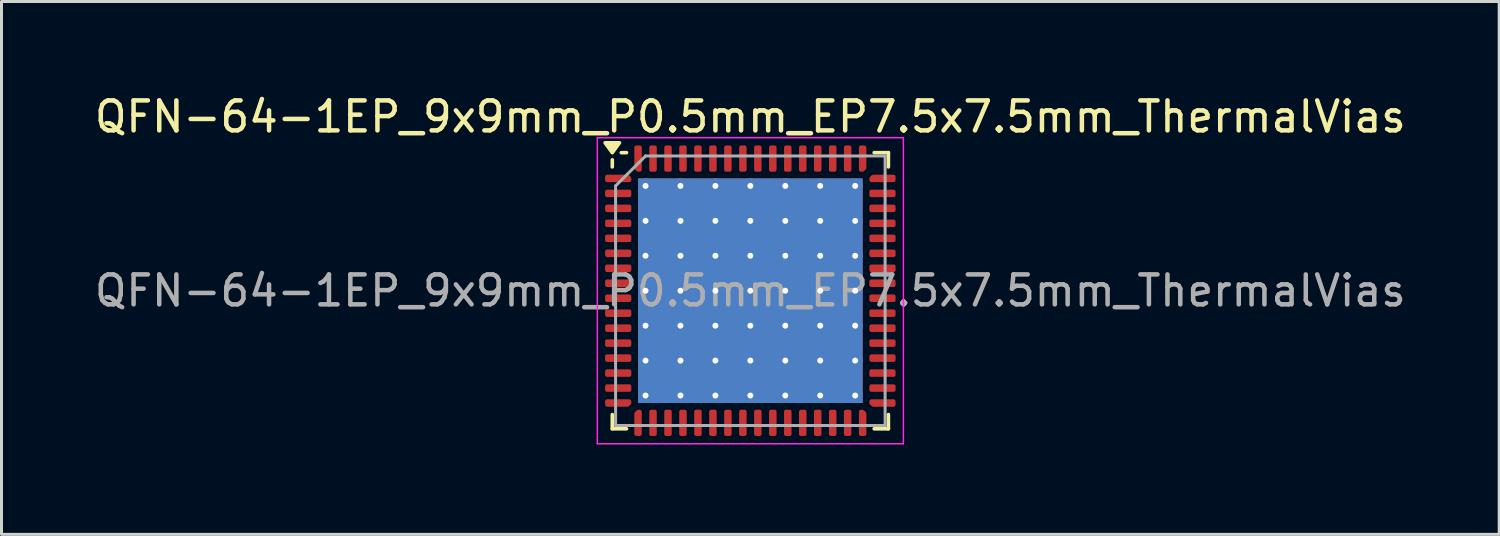
<source format=kicad_pcb>
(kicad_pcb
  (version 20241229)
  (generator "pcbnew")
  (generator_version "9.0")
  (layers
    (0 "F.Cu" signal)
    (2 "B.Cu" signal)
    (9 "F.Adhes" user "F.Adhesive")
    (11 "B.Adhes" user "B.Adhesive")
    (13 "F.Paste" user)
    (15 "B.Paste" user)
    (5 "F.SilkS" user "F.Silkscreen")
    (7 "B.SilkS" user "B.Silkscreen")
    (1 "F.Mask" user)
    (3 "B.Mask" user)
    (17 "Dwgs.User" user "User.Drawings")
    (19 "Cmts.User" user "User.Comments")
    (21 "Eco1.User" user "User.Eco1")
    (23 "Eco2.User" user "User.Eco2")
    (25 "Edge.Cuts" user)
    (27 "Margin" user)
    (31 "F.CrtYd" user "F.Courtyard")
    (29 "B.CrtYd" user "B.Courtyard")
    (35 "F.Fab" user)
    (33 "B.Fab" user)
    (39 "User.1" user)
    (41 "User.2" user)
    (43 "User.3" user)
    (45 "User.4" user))
  (footprint "QFN-64-1EP_9x9mm_P0.5mm_EP7.5x7.5mm_ThermalVias"
    (layer "F.Cu")
    (at 22.006 6.658)
    (property "Reference" "QFN-64-1EP_9x9mm_P0.5mm_EP7.5x7.5mm_ThermalVias" (at 0 -5.81 0) (layer "F.SilkS") (effects (font (size 1 1) (thickness 0.15))))
    (attr smd)
    (fp_line (start -4.61 -4.135) (end -4.61 -4.37) (stroke (width 0.12) (type solid)) (layer "F.SilkS"))
    (fp_line (start -4.61 4.61) (end -4.61 4.135) (stroke (width 0.12) (type solid)) (layer "F.SilkS"))
    (fp_line (start -4.135 -4.61) (end -4.31 -4.61) (stroke (width 0.12) (type solid)) (layer "F.SilkS"))
    (fp_line (start -4.135 4.61) (end -4.61 4.61) (stroke (width 0.12) (type solid)) (layer "F.SilkS"))
    (fp_line (start 4.135 -4.61) (end 4.61 -4.61) (stroke (width 0.12) (type solid)) (layer "F.SilkS"))
    (fp_line (start 4.135 4.61) (end 4.61 4.61) (stroke (width 0.12) (type solid)) (layer "F.SilkS"))
    (fp_line (start 4.61 -4.61) (end 4.61 -4.135) (stroke (width 0.12) (type solid)) (layer "F.SilkS"))
    (fp_line (start 4.61 4.61) (end 4.61 4.135) (stroke (width 0.12) (type solid)) (layer "F.SilkS"))
    (fp_poly (pts (xy -4.61 -4.61) (xy -4.85 -4.94) (xy -4.37 -4.94) (xy -4.61 -4.61)) (stroke (width 0.12) (type solid)) (fill yes) (layer "F.SilkS"))
    (fp_line (start -5.11 -5.11) (end -5.11 5.11) (stroke (width 0.05) (type solid)) (layer "F.CrtYd"))
    (fp_line (start -5.11 5.11) (end 5.11 5.11) (stroke (width 0.05) (type solid)) (layer "F.CrtYd"))
    (fp_line (start 5.11 -5.11) (end -5.11 -5.11) (stroke (width 0.05) (type solid)) (layer "F.CrtYd"))
    (fp_line (start 5.11 5.11) (end 5.11 -5.11) (stroke (width 0.05) (type solid)) (layer "F.CrtYd"))
    (fp_line (start -4.5 -3.5) (end -3.5 -4.5) (stroke (width 0.1) (type solid)) (layer "F.Fab"))
    (fp_line (start -4.5 4.5) (end -4.5 -3.5) (stroke (width 0.1) (type solid)) (layer "F.Fab"))
    (fp_line (start -3.5 -4.5) (end 4.5 -4.5) (stroke (width 0.1) (type solid)) (layer "F.Fab"))
    (fp_line (start 4.5 -4.5) (end 4.5 4.5) (stroke (width 0.1) (type solid)) (layer "F.Fab"))
    (fp_line (start 4.5 4.5) (end -4.5 4.5) (stroke (width 0.1) (type solid)) (layer "F.Fab"))
    (fp_text user "${REFERENCE}" (at 0 0 0) (layer "F.Fab") (effects (font (size 1 1) (thickness 0.15))))
    (pad "" smd roundrect (at -2.917 -2.917) (size 1.008 1.008) (layers "F.Paste") (roundrect_rratio 0.248))
    (pad "" smd roundrect (at -2.917 -1.75) (size 1.008 1.008) (layers "F.Paste") (roundrect_rratio 0.248))
    (pad "" smd roundrect (at -2.917 -0.583) (size 1.008 1.008) (layers "F.Paste") (roundrect_rratio 0.248))
    (pad "" smd roundrect (at -2.917 0.583) (size 1.008 1.008) (layers "F.Paste") (roundrect_rratio 0.248))
    (pad "" smd roundrect (at -2.917 1.75) (size 1.008 1.008) (layers "F.Paste") (roundrect_rratio 0.248))
    (pad "" smd roundrect (at -2.917 2.917) (size 1.008 1.008) (layers "F.Paste") (roundrect_rratio 0.248))
    (pad "" smd roundrect (at -1.75 -2.917) (size 1.008 1.008) (layers "F.Paste") (roundrect_rratio 0.248))
    (pad "" smd roundrect (at -1.75 -1.75) (size 1.008 1.008) (layers "F.Paste") (roundrect_rratio 0.248))
    (pad "" smd roundrect (at -1.75 -0.583) (size 1.008 1.008) (layers "F.Paste") (roundrect_rratio 0.248))
    (pad "" smd roundrect (at -1.75 0.583) (size 1.008 1.008) (layers "F.Paste") (roundrect_rratio 0.248))
    (pad "" smd roundrect (at -1.75 1.75) (size 1.008 1.008) (layers "F.Paste") (roundrect_rratio 0.248))
    (pad "" smd roundrect (at -1.75 2.917) (size 1.008 1.008) (layers "F.Paste") (roundrect_rratio 0.248))
    (pad "" smd roundrect (at -0.583 -2.917) (size 1.008 1.008) (layers "F.Paste") (roundrect_rratio 0.248))
    (pad "" smd roundrect (at -0.583 -1.75) (size 1.008 1.008) (layers "F.Paste") (roundrect_rratio 0.248))
    (pad "" smd roundrect (at -0.583 -0.583) (size 1.008 1.008) (layers "F.Paste") (roundrect_rratio 0.248))
    (pad "" smd roundrect (at -0.583 0.583) (size 1.008 1.008) (layers "F.Paste") (roundrect_rratio 0.248))
    (pad "" smd roundrect (at -0.583 1.75) (size 1.008 1.008) (layers "F.Paste") (roundrect_rratio 0.248))
    (pad "" smd roundrect (at -0.583 2.917) (size 1.008 1.008) (layers "F.Paste") (roundrect_rratio 0.248))
    (pad "" smd roundrect (at 0.583 -2.917) (size 1.008 1.008) (layers "F.Paste") (roundrect_rratio 0.248))
    (pad "" smd roundrect (at 0.583 -1.75) (size 1.008 1.008) (layers "F.Paste") (roundrect_rratio 0.248))
    (pad "" smd roundrect (at 0.583 -0.583) (size 1.008 1.008) (layers "F.Paste") (roundrect_rratio 0.248))
    (pad "" smd roundrect (at 0.583 0.583) (size 1.008 1.008) (layers "F.Paste") (roundrect_rratio 0.248))
    (pad "" smd roundrect (at 0.583 1.75) (size 1.008 1.008) (layers "F.Paste") (roundrect_rratio 0.248))
    (pad "" smd roundrect (at 0.583 2.917) (size 1.008 1.008) (layers "F.Paste") (roundrect_rratio 0.248))
    (pad "" smd roundrect (at 1.75 -2.917) (size 1.008 1.008) (layers "F.Paste") (roundrect_rratio 0.248))
    (pad "" smd roundrect (at 1.75 -1.75) (size 1.008 1.008) (layers "F.Paste") (roundrect_rratio 0.248))
    (pad "" smd roundrect (at 1.75 -0.583) (size 1.008 1.008) (layers "F.Paste") (roundrect_rratio 0.248))
    (pad "" smd roundrect (at 1.75 0.583) (size 1.008 1.008) (layers "F.Paste") (roundrect_rratio 0.248))
    (pad "" smd roundrect (at 1.75 1.75) (size 1.008 1.008) (layers "F.Paste") (roundrect_rratio 0.248))
    (pad "" smd roundrect (at 1.75 2.917) (size 1.008 1.008) (layers "F.Paste") (roundrect_rratio 0.248))
    (pad "" smd roundrect (at 2.917 -2.917) (size 1.008 1.008) (layers "F.Paste") (roundrect_rratio 0.248))
    (pad "" smd roundrect (at 2.917 -1.75) (size 1.008 1.008) (layers "F.Paste") (roundrect_rratio 0.248))
    (pad "" smd roundrect (at 2.917 -0.583) (size 1.008 1.008) (layers "F.Paste") (roundrect_rratio 0.248))
    (pad "" smd roundrect (at 2.917 0.583) (size 1.008 1.008) (layers "F.Paste") (roundrect_rratio 0.248))
    (pad "" smd roundrect (at 2.917 1.75) (size 1.008 1.008) (layers "F.Paste") (roundrect_rratio 0.248))
    (pad "" smd roundrect (at 2.917 2.917) (size 1.008 1.008) (layers "F.Paste") (roundrect_rratio 0.248))
    (pad "1" smd custom (at -4.412 -3.75) (size 0.179 0.179) (layers "F.Cu" "F.Mask" "F.Paste") (options (anchor circle)) (primitives (gr_poly (pts (xy -0.375 -0.062) (xy 0.312 -0.062) (xy 0.375 0.001) (xy 0.375 0.062) (xy -0.375 0.062)) (width 0.125) (fill yes))))
    (pad "2" smd roundrect (at -4.412 -3.25) (size 0.875 0.25) (layers "F.Cu" "F.Mask" "F.Paste") (roundrect_rratio 0.25))
    (pad "3" smd roundrect (at -4.412 -2.75) (size 0.875 0.25) (layers "F.Cu" "F.Mask" "F.Paste") (roundrect_rratio 0.25))
    (pad "4" smd roundrect (at -4.412 -2.25) (size 0.875 0.25) (layers "F.Cu" "F.Mask" "F.Paste") (roundrect_rratio 0.25))
    (pad "5" smd roundrect (at -4.412 -1.75) (size 0.875 0.25) (layers "F.Cu" "F.Mask" "F.Paste") (roundrect_rratio 0.25))
    (pad "6" smd roundrect (at -4.412 -1.25) (size 0.875 0.25) (layers "F.Cu" "F.Mask" "F.Paste") (roundrect_rratio 0.25))
    (pad "7" smd roundrect (at -4.412 -0.75) (size 0.875 0.25) (layers "F.Cu" "F.Mask" "F.Paste") (roundrect_rratio 0.25))
    (pad "8" smd roundrect (at -4.412 -0.25) (size 0.875 0.25) (layers "F.Cu" "F.Mask" "F.Paste") (roundrect_rratio 0.25))
    (pad "9" smd roundrect (at -4.412 0.25) (size 0.875 0.25) (layers "F.Cu" "F.Mask" "F.Paste") (roundrect_rratio 0.25))
    (pad "10" smd roundrect (at -4.412 0.75) (size 0.875 0.25) (layers "F.Cu" "F.Mask" "F.Paste") (roundrect_rratio 0.25))
    (pad "11" smd roundrect (at -4.412 1.25) (size 0.875 0.25) (layers "F.Cu" "F.Mask" "F.Paste") (roundrect_rratio 0.25))
    (pad "12" smd roundrect (at -4.412 1.75) (size 0.875 0.25) (layers "F.Cu" "F.Mask" "F.Paste") (roundrect_rratio 0.25))
    (pad "13" smd roundrect (at -4.412 2.25) (size 0.875 0.25) (layers "F.Cu" "F.Mask" "F.Paste") (roundrect_rratio 0.25))
    (pad "14" smd roundrect (at -4.412 2.75) (size 0.875 0.25) (layers "F.Cu" "F.Mask" "F.Paste") (roundrect_rratio 0.25))
    (pad "15" smd roundrect (at -4.412 3.25) (size 0.875 0.25) (layers "F.Cu" "F.Mask" "F.Paste") (roundrect_rratio 0.25))
    (pad "16" smd custom (at -4.412 3.75) (size 0.179 0.179) (layers "F.Cu" "F.Mask" "F.Paste") (options (anchor circle)) (primitives (gr_poly (pts (xy -0.375 -0.062) (xy 0.375 -0.062) (xy 0.375 -0.001) (xy 0.312 0.062) (xy -0.375 0.062)) (width 0.125) (fill yes))))
    (pad "17" smd custom (at -3.75 4.412) (size 0.179 0.179) (layers "F.Cu" "F.Mask" "F.Paste") (options (anchor circle)) (primitives (gr_poly (pts (xy -0.062 -0.312) (xy 0.001 -0.375) (xy 0.062 -0.375) (xy 0.062 0.375) (xy -0.062 0.375)) (width 0.125) (fill yes))))
    (pad "18" smd roundrect (at -3.25 4.412) (size 0.25 0.875) (layers "F.Cu" "F.Mask" "F.Paste") (roundrect_rratio 0.25))
    (pad "19" smd roundrect (at -2.75 4.412) (size 0.25 0.875) (layers "F.Cu" "F.Mask" "F.Paste") (roundrect_rratio 0.25))
    (pad "20" smd roundrect (at -2.25 4.412) (size 0.25 0.875) (layers "F.Cu" "F.Mask" "F.Paste") (roundrect_rratio 0.25))
    (pad "21" smd roundrect (at -1.75 4.412) (size 0.25 0.875) (layers "F.Cu" "F.Mask" "F.Paste") (roundrect_rratio 0.25))
    (pad "22" smd roundrect (at -1.25 4.412) (size 0.25 0.875) (layers "F.Cu" "F.Mask" "F.Paste") (roundrect_rratio 0.25))
    (pad "23" smd roundrect (at -0.75 4.412) (size 0.25 0.875) (layers "F.Cu" "F.Mask" "F.Paste") (roundrect_rratio 0.25))
    (pad "24" smd roundrect (at -0.25 4.412) (size 0.25 0.875) (layers "F.Cu" "F.Mask" "F.Paste") (roundrect_rratio 0.25))
    (pad "25" smd roundrect (at 0.25 4.412) (size 0.25 0.875) (layers "F.Cu" "F.Mask" "F.Paste") (roundrect_rratio 0.25))
    (pad "26" smd roundrect (at 0.75 4.412) (size 0.25 0.875) (layers "F.Cu" "F.Mask" "F.Paste") (roundrect_rratio 0.25))
    (pad "27" smd roundrect (at 1.25 4.412) (size 0.25 0.875) (layers "F.Cu" "F.Mask" "F.Paste") (roundrect_rratio 0.25))
    (pad "28" smd roundrect (at 1.75 4.412) (size 0.25 0.875) (layers "F.Cu" "F.Mask" "F.Paste") (roundrect_rratio 0.25))
    (pad "29" smd roundrect (at 2.25 4.412) (size 0.25 0.875) (layers "F.Cu" "F.Mask" "F.Paste") (roundrect_rratio 0.25))
    (pad "30" smd roundrect (at 2.75 4.412) (size 0.25 0.875) (layers "F.Cu" "F.Mask" "F.Paste") (roundrect_rratio 0.25))
    (pad "31" smd roundrect (at 3.25 4.412) (size 0.25 0.875) (layers "F.Cu" "F.Mask" "F.Paste") (roundrect_rratio 0.25))
    (pad "32" smd custom (at 3.75 4.412) (size 0.179 0.179) (layers "F.Cu" "F.Mask" "F.Paste") (options (anchor circle)) (primitives (gr_poly (pts (xy -0.062 -0.375) (xy -0.001 -0.375) (xy 0.062 -0.312) (xy 0.062 0.375) (xy -0.062 0.375)) (width 0.125) (fill yes))))
    (pad "33" smd custom (at 4.412 3.75) (size 0.179 0.179) (layers "F.Cu" "F.Mask" "F.Paste") (options (anchor circle)) (primitives (gr_poly (pts (xy -0.375 -0.062) (xy 0.375 -0.062) (xy 0.375 0.062) (xy -0.312 0.062) (xy -0.375 -0.001)) (width 0.125) (fill yes))))
    (pad "34" smd roundrect (at 4.412 3.25) (size 0.875 0.25) (layers "F.Cu" "F.Mask" "F.Paste") (roundrect_rratio 0.25))
    (pad "35" smd roundrect (at 4.412 2.75) (size 0.875 0.25) (layers "F.Cu" "F.Mask" "F.Paste") (roundrect_rratio 0.25))
    (pad "36" smd roundrect (at 4.412 2.25) (size 0.875 0.25) (layers "F.Cu" "F.Mask" "F.Paste") (roundrect_rratio 0.25))
    (pad "37" smd roundrect (at 4.412 1.75) (size 0.875 0.25) (layers "F.Cu" "F.Mask" "F.Paste") (roundrect_rratio 0.25))
    (pad "38" smd roundrect (at 4.412 1.25) (size 0.875 0.25) (layers "F.Cu" "F.Mask" "F.Paste") (roundrect_rratio 0.25))
    (pad "39" smd roundrect (at 4.412 0.75) (size 0.875 0.25) (layers "F.Cu" "F.Mask" "F.Paste") (roundrect_rratio 0.25))
    (pad "40" smd roundrect (at 4.412 0.25) (size 0.875 0.25) (layers "F.Cu" "F.Mask" "F.Paste") (roundrect_rratio 0.25))
    (pad "41" smd roundrect (at 4.412 -0.25) (size 0.875 0.25) (layers "F.Cu" "F.Mask" "F.Paste") (roundrect_rratio 0.25))
    (pad "42" smd roundrect (at 4.412 -0.75) (size 0.875 0.25) (layers "F.Cu" "F.Mask" "F.Paste") (roundrect_rratio 0.25))
    (pad "43" smd roundrect (at 4.412 -1.25) (size 0.875 0.25) (layers "F.Cu" "F.Mask" "F.Paste") (roundrect_rratio 0.25))
    (pad "44" smd roundrect (at 4.412 -1.75) (size 0.875 0.25) (layers "F.Cu" "F.Mask" "F.Paste") (roundrect_rratio 0.25))
    (pad "45" smd roundrect (at 4.412 -2.25) (size 0.875 0.25) (layers "F.Cu" "F.Mask" "F.Paste") (roundrect_rratio 0.25))
    (pad "46" smd roundrect (at 4.412 -2.75) (size 0.875 0.25) (layers "F.Cu" "F.Mask" "F.Paste") (roundrect_rratio 0.25))
    (pad "47" smd roundrect (at 4.412 -3.25) (size 0.875 0.25) (layers "F.Cu" "F.Mask" "F.Paste") (roundrect_rratio 0.25))
    (pad "48" smd custom (at 4.412 -3.75) (size 0.179 0.179) (layers "F.Cu" "F.Mask" "F.Paste") (options (anchor circle)) (primitives (gr_poly (pts (xy -0.375 0.001) (xy -0.312 -0.062) (xy 0.375 -0.062) (xy 0.375 0.062) (xy -0.375 0.062)) (width 0.125) (fill yes))))
    (pad "49" smd custom (at 3.75 -4.412) (size 0.179 0.179) (layers "F.Cu" "F.Mask" "F.Paste") (options (anchor circle)) (primitives (gr_poly (pts (xy -0.062 -0.375) (xy 0.062 -0.375) (xy 0.062 0.312) (xy -0.001 0.375) (xy -0.062 0.375)) (width 0.125) (fill yes))))
    (pad "50" smd roundrect (at 3.25 -4.412) (size 0.25 0.875) (layers "F.Cu" "F.Mask" "F.Paste") (roundrect_rratio 0.25))
    (pad "51" smd roundrect (at 2.75 -4.412) (size 0.25 0.875) (layers "F.Cu" "F.Mask" "F.Paste") (roundrect_rratio 0.25))
    (pad "52" smd roundrect (at 2.25 -4.412) (size 0.25 0.875) (layers "F.Cu" "F.Mask" "F.Paste") (roundrect_rratio 0.25))
    (pad "53" smd roundrect (at 1.75 -4.412) (size 0.25 0.875) (layers "F.Cu" "F.Mask" "F.Paste") (roundrect_rratio 0.25))
    (pad "54" smd roundrect (at 1.25 -4.412) (size 0.25 0.875) (layers "F.Cu" "F.Mask" "F.Paste") (roundrect_rratio 0.25))
    (pad "55" smd roundrect (at 0.75 -4.412) (size 0.25 0.875) (layers "F.Cu" "F.Mask" "F.Paste") (roundrect_rratio 0.25))
    (pad "56" smd roundrect (at 0.25 -4.412) (size 0.25 0.875) (layers "F.Cu" "F.Mask" "F.Paste") (roundrect_rratio 0.25))
    (pad "57" smd roundrect (at -0.25 -4.412) (size 0.25 0.875) (layers "F.Cu" "F.Mask" "F.Paste") (roundrect_rratio 0.25))
    (pad "58" smd roundrect (at -0.75 -4.412) (size 0.25 0.875) (layers "F.Cu" "F.Mask" "F.Paste") (roundrect_rratio 0.25))
    (pad "59" smd roundrect (at -1.25 -4.412) (size 0.25 0.875) (layers "F.Cu" "F.Mask" "F.Paste") (roundrect_rratio 0.25))
    (pad "60" smd roundrect (at -1.75 -4.412) (size 0.25 0.875) (layers "F.Cu" "F.Mask" "F.Paste") (roundrect_rratio 0.25))
    (pad "61" smd roundrect (at -2.25 -4.412) (size 0.25 0.875) (layers "F.Cu" "F.Mask" "F.Paste") (roundrect_rratio 0.25))
    (pad "62" smd roundrect (at -2.75 -4.412) (size 0.25 0.875) (layers "F.Cu" "F.Mask" "F.Paste") (roundrect_rratio 0.25))
    (pad "63" smd roundrect (at -3.25 -4.412) (size 0.25 0.875) (layers "F.Cu" "F.Mask" "F.Paste") (roundrect_rratio 0.25))
    (pad "64" smd custom (at -3.75 -4.412) (size 0.179 0.179) (layers "F.Cu" "F.Mask" "F.Paste") (options (anchor circle)) (primitives (gr_poly (pts (xy -0.062 -0.375) (xy 0.062 -0.375) (xy 0.062 0.375) (xy 0.001 0.375) (xy -0.062 0.312)) (width 0.125) (fill yes))))
    (pad "65" thru_hole circle (at -3.5 -3.5) (size 0.5 0.5) (drill 0.2) (property pad_prop_heatsink) (layers "*.Cu"))
    (pad "65" thru_hole circle (at -3.5 -2.333) (size 0.5 0.5) (drill 0.2) (property pad_prop_heatsink) (layers "*.Cu"))
    (pad "65" thru_hole circle (at -3.5 -1.167) (size 0.5 0.5) (drill 0.2) (property pad_prop_heatsink) (layers "*.Cu"))
    (pad "65" thru_hole circle (at -3.5 0) (size 0.5 0.5) (drill 0.2) (property pad_prop_heatsink) (layers "*.Cu"))
    (pad "65" thru_hole circle (at -3.5 1.167) (size 0.5 0.5) (drill 0.2) (property pad_prop_heatsink) (layers "*.Cu"))
    (pad "65" thru_hole circle (at -3.5 2.333) (size 0.5 0.5) (drill 0.2) (property pad_prop_heatsink) (layers "*.Cu"))
    (pad "65" thru_hole circle (at -3.5 3.5) (size 0.5 0.5) (drill 0.2) (property pad_prop_heatsink) (layers "*.Cu"))
    (pad "65" thru_hole circle (at -2.333 -3.5) (size 0.5 0.5) (drill 0.2) (property pad_prop_heatsink) (layers "*.Cu"))
    (pad "65" thru_hole circle (at -2.333 -2.333) (size 0.5 0.5) (drill 0.2) (property pad_prop_heatsink) (layers "*.Cu"))
    (pad "65" thru_hole circle (at -2.333 -1.167) (size 0.5 0.5) (drill 0.2) (property pad_prop_heatsink) (layers "*.Cu"))
    (pad "65" thru_hole circle (at -2.333 0) (size 0.5 0.5) (drill 0.2) (property pad_prop_heatsink) (layers "*.Cu"))
    (pad "65" thru_hole circle (at -2.333 1.167) (size 0.5 0.5) (drill 0.2) (property pad_prop_heatsink) (layers "*.Cu"))
    (pad "65" thru_hole circle (at -2.333 2.333) (size 0.5 0.5) (drill 0.2) (property pad_prop_heatsink) (layers "*.Cu"))
    (pad "65" thru_hole circle (at -2.333 3.5) (size 0.5 0.5) (drill 0.2) (property pad_prop_heatsink) (layers "*.Cu"))
    (pad "65" thru_hole circle (at -1.167 -3.5) (size 0.5 0.5) (drill 0.2) (property pad_prop_heatsink) (layers "*.Cu"))
    (pad "65" thru_hole circle (at -1.167 -2.333) (size 0.5 0.5) (drill 0.2) (property pad_prop_heatsink) (layers "*.Cu"))
    (pad "65" thru_hole circle (at -1.167 -1.167) (size 0.5 0.5) (drill 0.2) (property pad_prop_heatsink) (layers "*.Cu"))
    (pad "65" thru_hole circle (at -1.167 0) (size 0.5 0.5) (drill 0.2) (property pad_prop_heatsink) (layers "*.Cu"))
    (pad "65" thru_hole circle (at -1.167 1.167) (size 0.5 0.5) (drill 0.2) (property pad_prop_heatsink) (layers "*.Cu"))
    (pad "65" thru_hole circle (at -1.167 2.333) (size 0.5 0.5) (drill 0.2) (property pad_prop_heatsink) (layers "*.Cu"))
    (pad "65" thru_hole circle (at -1.167 3.5) (size 0.5 0.5) (drill 0.2) (property pad_prop_heatsink) (layers "*.Cu"))
    (pad "65" thru_hole circle (at 0 -3.5) (size 0.5 0.5) (drill 0.2) (property pad_prop_heatsink) (layers "*.Cu"))
    (pad "65" thru_hole circle (at 0 -2.333) (size 0.5 0.5) (drill 0.2) (property pad_prop_heatsink) (layers "*.Cu"))
    (pad "65" thru_hole circle (at 0 -1.167) (size 0.5 0.5) (drill 0.2) (property pad_prop_heatsink) (layers "*.Cu"))
    (pad "65" thru_hole circle (at 0 0) (size 0.5 0.5) (drill 0.2) (property pad_prop_heatsink) (layers "*.Cu"))
    (pad "65" smd rect (at 0 0) (size 7.5 7.5) (property pad_prop_heatsink) (layers "F.Cu" "F.Mask"))
    (pad "65" smd rect (at 0 0) (size 7.5 7.5) (property pad_prop_heatsink) (layers "B.Cu"))
    (pad "65" thru_hole circle (at 0 1.167) (size 0.5 0.5) (drill 0.2) (property pad_prop_heatsink) (layers "*.Cu"))
    (pad "65" thru_hole circle (at 0 2.333) (size 0.5 0.5) (drill 0.2) (property pad_prop_heatsink) (layers "*.Cu"))
    (pad "65" thru_hole circle (at 0 3.5) (size 0.5 0.5) (drill 0.2) (property pad_prop_heatsink) (layers "*.Cu"))
    (pad "65" thru_hole circle (at 1.167 -3.5) (size 0.5 0.5) (drill 0.2) (property pad_prop_heatsink) (layers "*.Cu"))
    (pad "65" thru_hole circle (at 1.167 -2.333) (size 0.5 0.5) (drill 0.2) (property pad_prop_heatsink) (layers "*.Cu"))
    (pad "65" thru_hole circle (at 1.167 -1.167) (size 0.5 0.5) (drill 0.2) (property pad_prop_heatsink) (layers "*.Cu"))
    (pad "65" thru_hole circle (at 1.167 0) (size 0.5 0.5) (drill 0.2) (property pad_prop_heatsink) (layers "*.Cu"))
    (pad "65" thru_hole circle (at 1.167 1.167) (size 0.5 0.5) (drill 0.2) (property pad_prop_heatsink) (layers "*.Cu"))
    (pad "65" thru_hole circle (at 1.167 2.333) (size 0.5 0.5) (drill 0.2) (property pad_prop_heatsink) (layers "*.Cu"))
    (pad "65" thru_hole circle (at 1.167 3.5) (size 0.5 0.5) (drill 0.2) (property pad_prop_heatsink) (layers "*.Cu"))
    (pad "65" thru_hole circle (at 2.333 -3.5) (size 0.5 0.5) (drill 0.2) (property pad_prop_heatsink) (layers "*.Cu"))
    (pad "65" thru_hole circle (at 2.333 -2.333) (size 0.5 0.5) (drill 0.2) (property pad_prop_heatsink) (layers "*.Cu"))
    (pad "65" thru_hole circle (at 2.333 -1.167) (size 0.5 0.5) (drill 0.2) (property pad_prop_heatsink) (layers "*.Cu"))
    (pad "65" thru_hole circle (at 2.333 0) (size 0.5 0.5) (drill 0.2) (property pad_prop_heatsink) (layers "*.Cu"))
    (pad "65" thru_hole circle (at 2.333 1.167) (size 0.5 0.5) (drill 0.2) (property pad_prop_heatsink) (layers "*.Cu"))
    (pad "65" thru_hole circle (at 2.333 2.333) (size 0.5 0.5) (drill 0.2) (property pad_prop_heatsink) (layers "*.Cu"))
    (pad "65" thru_hole circle (at 2.333 3.5) (size 0.5 0.5) (drill 0.2) (property pad_prop_heatsink) (layers "*.Cu"))
    (pad "65" thru_hole circle (at 3.5 -3.5) (size 0.5 0.5) (drill 0.2) (property pad_prop_heatsink) (layers "*.Cu"))
    (pad "65" thru_hole circle (at 3.5 -2.333) (size 0.5 0.5) (drill 0.2) (property pad_prop_heatsink) (layers "*.Cu"))
    (pad "65" thru_hole circle (at 3.5 -1.167) (size 0.5 0.5) (drill 0.2) (property pad_prop_heatsink) (layers "*.Cu"))
    (pad "65" thru_hole circle (at 3.5 0) (size 0.5 0.5) (drill 0.2) (property pad_prop_heatsink) (layers "*.Cu"))
    (pad "65" thru_hole circle (at 3.5 1.167) (size 0.5 0.5) (drill 0.2) (property pad_prop_heatsink) (layers "*.Cu"))
    (pad "65" thru_hole circle (at 3.5 2.333) (size 0.5 0.5) (drill 0.2) (property pad_prop_heatsink) (layers "*.Cu"))
    (pad "65" thru_hole circle (at 3.5 3.5) (size 0.5 0.5) (drill 0.2) (property pad_prop_heatsink) (layers "*.Cu")))
  (gr_rect
    (start -3 -3)
    (end 47.012 14.793)
    (stroke (width 0.1) (type default))
    (fill no)
    (layer "Edge.Cuts")))
</source>
